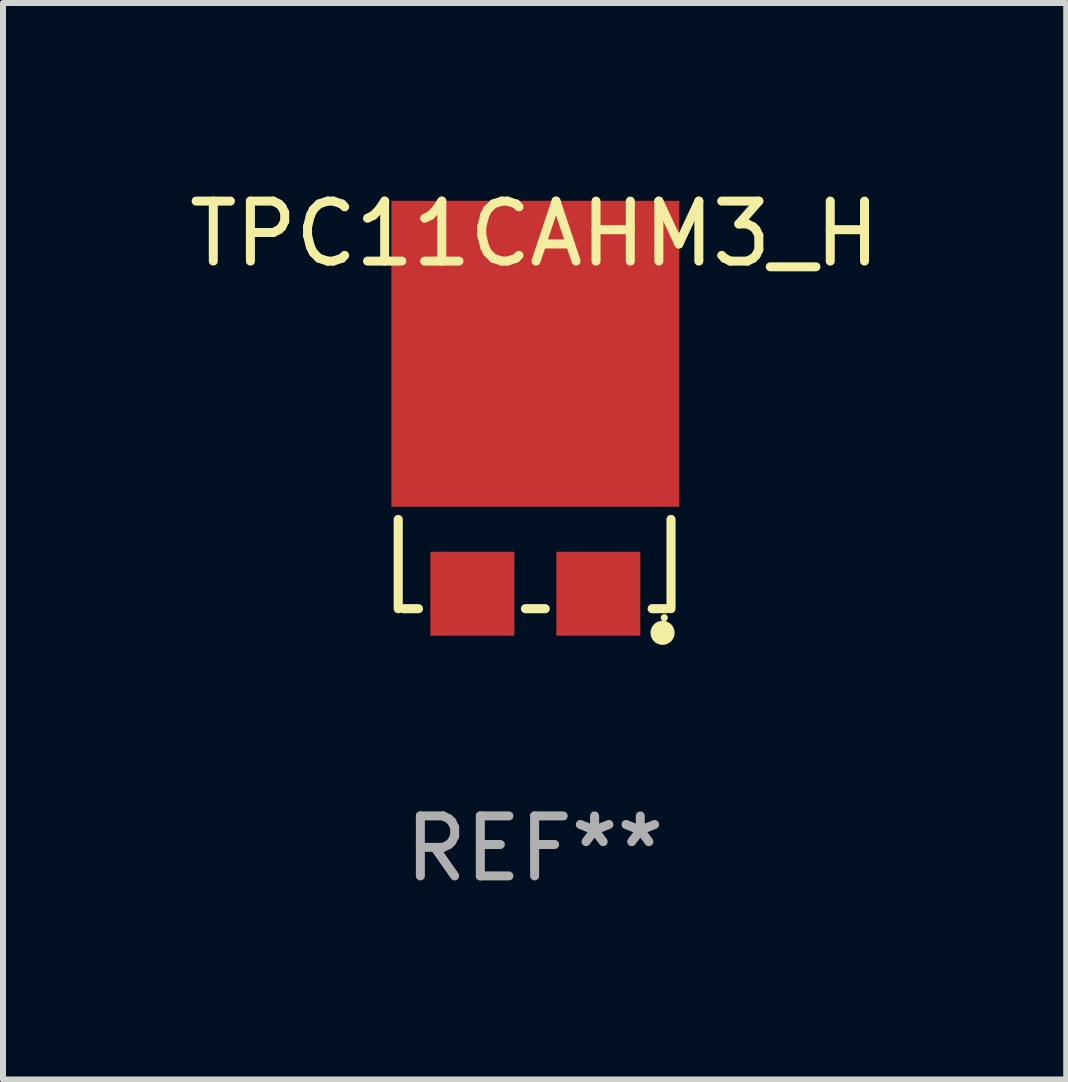
<source format=kicad_pcb>
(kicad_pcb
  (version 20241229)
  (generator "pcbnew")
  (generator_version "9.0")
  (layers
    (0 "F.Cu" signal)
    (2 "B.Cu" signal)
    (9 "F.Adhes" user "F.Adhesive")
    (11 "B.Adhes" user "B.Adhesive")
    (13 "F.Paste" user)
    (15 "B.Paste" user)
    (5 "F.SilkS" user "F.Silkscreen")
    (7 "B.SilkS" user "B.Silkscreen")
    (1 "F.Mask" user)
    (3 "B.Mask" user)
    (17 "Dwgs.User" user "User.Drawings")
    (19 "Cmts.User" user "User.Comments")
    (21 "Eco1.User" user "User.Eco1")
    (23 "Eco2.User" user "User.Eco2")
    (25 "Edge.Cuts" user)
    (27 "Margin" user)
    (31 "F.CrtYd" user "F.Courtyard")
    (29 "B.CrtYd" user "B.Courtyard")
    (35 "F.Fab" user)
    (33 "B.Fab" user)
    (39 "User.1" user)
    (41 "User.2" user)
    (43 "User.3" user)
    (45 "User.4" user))
  (footprint "TPC11CAHM3_H"
    (layer "F.Cu")
    (at 5.863 4.973)
    (property "Reference" "TPC11CAHM3_H" (at 0 -4.125 0) (layer "F.SilkS") (effects (font (size 1 1) (thickness 0.15))))
    (attr through_hole)
    (fp_line (start -2.274 0.637) (end -2.274 2.125) (stroke (width 0.152) (type solid)) (layer "F.SilkS"))
    (fp_line (start -1.936 2.125) (end -2.188 2.125) (stroke (width 0.152) (type solid)) (layer "F.SilkS"))
    (fp_line (start 0.177 2.125) (end -0.153 2.125) (stroke (width 0.152) (type solid)) (layer "F.SilkS"))
    (fp_line (start 2.212 2.125) (end 1.96 2.125) (stroke (width 0.152) (type solid)) (layer "F.SilkS"))
    (fp_line (start 2.274 0.637) (end 2.274 2.124) (stroke (width 0.152) (type solid)) (layer "F.SilkS"))
    (fp_circle (center 2.133 2.527) (end 2.234 2.527) (stroke (width 0.2) (type solid)) (fill no) (layer "F.SilkS"))
    (fp_circle (center 2.162 2.275) (end 2.192 2.275) (stroke (width 0.06) (type solid)) (fill no) (layer "F.SilkS"))
    (fp_text user "REF**" (at 0 6.125 0) (layer "F.Fab") (effects (font (size 1 1) (thickness 0.15))))
    (pad "1" smd rect (at 1.062 1.875) (size 1.4 1.4) (layers "F.Cu" "F.Mask" "F.Paste"))
    (pad "2" smd rect (at -1.038 1.875) (size 1.4 1.4) (layers "F.Cu" "F.Mask" "F.Paste"))
    (pad "3" smd rect (at 0.012 -2.125) (size 4.8 5.1) (layers "F.Cu" "F.Mask" "F.Paste")))
  (gr_rect
    (start -3 -3)
    (end 14.726 14.947)
    (stroke (width 0.1) (type default))
    (fill no)
    (layer "Edge.Cuts")))
</source>
